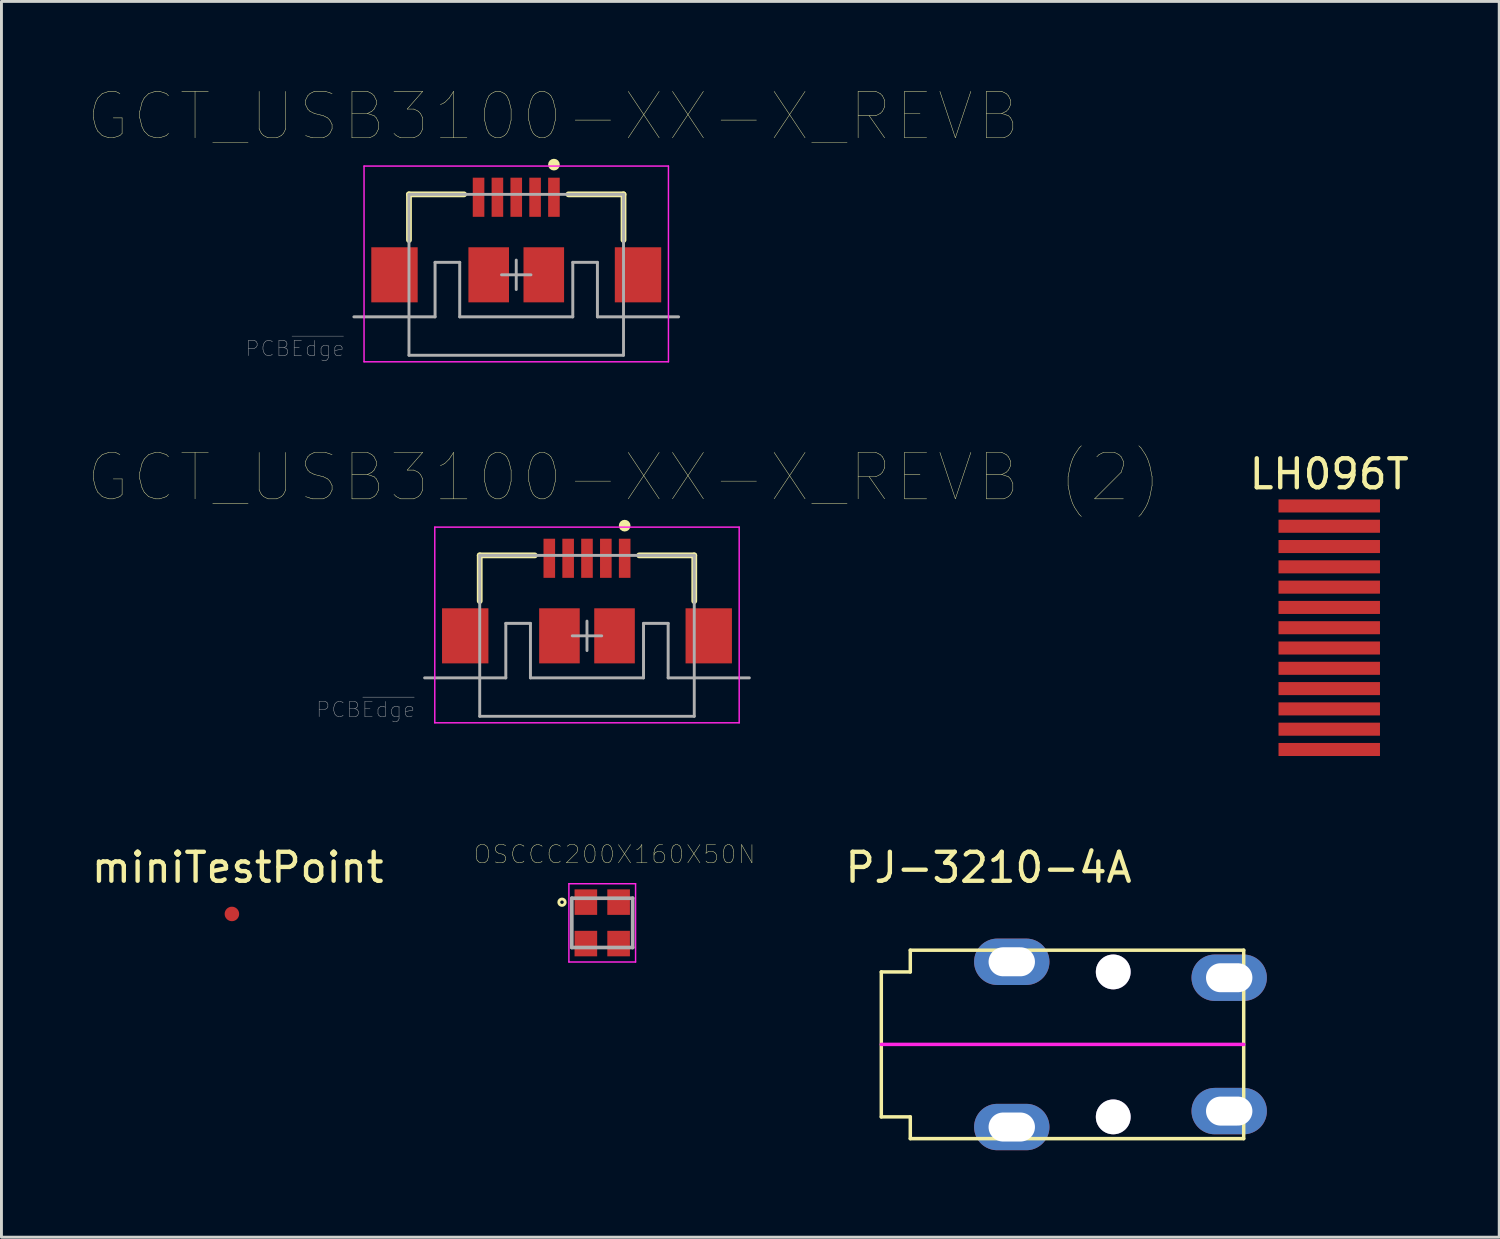
<source format=kicad_pcb>
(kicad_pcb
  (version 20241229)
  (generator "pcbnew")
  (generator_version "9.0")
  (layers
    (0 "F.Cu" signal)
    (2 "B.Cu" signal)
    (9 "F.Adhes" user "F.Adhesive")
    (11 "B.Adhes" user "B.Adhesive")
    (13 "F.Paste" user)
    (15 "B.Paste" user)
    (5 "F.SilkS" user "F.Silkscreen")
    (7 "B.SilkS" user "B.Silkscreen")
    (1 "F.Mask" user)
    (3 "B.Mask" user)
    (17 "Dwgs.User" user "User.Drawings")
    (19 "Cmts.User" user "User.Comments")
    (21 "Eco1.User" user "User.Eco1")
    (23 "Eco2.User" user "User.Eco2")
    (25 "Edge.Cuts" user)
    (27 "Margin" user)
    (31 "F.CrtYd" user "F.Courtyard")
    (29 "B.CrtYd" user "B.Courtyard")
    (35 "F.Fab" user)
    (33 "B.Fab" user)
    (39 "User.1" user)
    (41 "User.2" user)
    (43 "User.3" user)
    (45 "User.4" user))
  (footprint "GCT_USB3100-XX-X_REVB"
    (layer "F.Cu")
    (at 14.757 6.429)
    (property "Reference" "GCT_USB3100-XX-X_REVB" (at 1.271 -5.466 0) (layer "F.SilkS") (effects (font (size 1.601 1.601) (thickness 0.015))))
    (attr through_hole)
    (fp_line (start -3.7 -2.775) (end -1.8 -2.775) (stroke (width 0.2) (type solid)) (layer "F.SilkS"))
    (fp_line (start -3.7 -1.2) (end -3.7 -2.775) (stroke (width 0.2) (type solid)) (layer "F.SilkS"))
    (fp_line (start 1.8 -2.775) (end 3.7 -2.775) (stroke (width 0.2) (type solid)) (layer "F.SilkS"))
    (fp_line (start 3.7 -1.2) (end 3.7 -2.775) (stroke (width 0.2) (type solid)) (layer "F.SilkS"))
    (fp_circle (center 1.3 -3.8) (end 1.402 -3.8) (stroke (width 0.2) (type solid)) (fill no) (layer "F.SilkS"))
    (fp_line (start -5.25 -3.75) (end 5.25 -3.75) (stroke (width 0.05) (type solid)) (layer "F.CrtYd"))
    (fp_line (start -5.25 3) (end -5.25 -3.75) (stroke (width 0.05) (type solid)) (layer "F.CrtYd"))
    (fp_line (start -5.25 3) (end 5.25 3) (stroke (width 0.05) (type solid)) (layer "F.CrtYd"))
    (fp_line (start 5.25 3) (end 5.25 -3.75) (stroke (width 0.05) (type solid)) (layer "F.CrtYd"))
    (fp_line (start -5.6 1.45) (end -2.8 1.45) (stroke (width 0.102) (type solid)) (layer "F.Fab"))
    (fp_line (start -3.7 -2.775) (end 3.7 -2.775) (stroke (width 0.1) (type solid)) (layer "F.Fab"))
    (fp_line (start -3.7 2.775) (end -3.7 -2.775) (stroke (width 0.1) (type solid)) (layer "F.Fab"))
    (fp_line (start -3.7 2.775) (end 3.7 2.775) (stroke (width 0.1) (type solid)) (layer "F.Fab"))
    (fp_line (start -2.8 -0.43) (end -1.95 -0.43) (stroke (width 0.102) (type solid)) (layer "F.Fab"))
    (fp_line (start -2.8 1.45) (end -2.8 -0.43) (stroke (width 0.102) (type solid)) (layer "F.Fab"))
    (fp_line (start -1.95 1.45) (end -1.95 -0.43) (stroke (width 0.102) (type solid)) (layer "F.Fab"))
    (fp_line (start -1.95 1.45) (end 1.95 1.45) (stroke (width 0.102) (type solid)) (layer "F.Fab"))
    (fp_line (start -0.508 0) (end 0.508 0) (stroke (width 0.1) (type solid)) (layer "F.Fab"))
    (fp_line (start 0 0.508) (end 0 -0.508) (stroke (width 0.1) (type solid)) (layer "F.Fab"))
    (fp_line (start 1.95 -0.43) (end 2.8 -0.43) (stroke (width 0.102) (type solid)) (layer "F.Fab"))
    (fp_line (start 1.95 1.45) (end 1.95 -0.43) (stroke (width 0.102) (type solid)) (layer "F.Fab"))
    (fp_line (start 2.8 1.45) (end 2.8 -0.43) (stroke (width 0.102) (type solid)) (layer "F.Fab"))
    (fp_line (start 2.8 1.45) (end 5.6 1.45) (stroke (width 0.102) (type solid)) (layer "F.Fab"))
    (fp_line (start 3.7 2.775) (end 3.7 -2.775) (stroke (width 0.1) (type solid)) (layer "F.Fab"))
    (fp_text user "PCB~{Edge}" (at -7.635 2.545 0) (layer "F.Fab") (effects (font (size 0.526 0.526) (thickness 0.015))))
    (pad "1" smd rect (at 1.3 -2.675) (size 0.4 1.35) (layers "F.Cu" "F.Mask" "F.Paste"))
    (pad "2" smd rect (at 0.65 -2.675) (size 0.4 1.35) (layers "F.Cu" "F.Mask" "F.Paste"))
    (pad "3" smd rect (at 0 -2.675) (size 0.4 1.35) (layers "F.Cu" "F.Mask" "F.Paste"))
    (pad "4" smd rect (at -0.65 -2.675) (size 0.4 1.35) (layers "F.Cu" "F.Mask" "F.Paste"))
    (pad "5" smd rect (at -1.3 -2.675) (size 0.4 1.35) (layers "F.Cu" "F.Mask" "F.Paste"))
    (pad "6" smd rect (at -0.95 0) (size 1.4 1.9) (layers "F.Cu" "F.Mask" "F.Paste"))
    (pad "7" smd rect (at 0.95 0) (size 1.4 1.9) (layers "F.Cu" "F.Mask" "F.Paste"))
    (pad "8" smd rect (at -4.2 0) (size 1.6 1.9) (layers "F.Cu" "F.Mask" "F.Paste"))
    (pad "9" smd rect (at 4.2 0) (size 1.6 1.9) (layers "F.Cu" "F.Mask" "F.Paste")))
  (footprint "GCT_USB3100-XX-X_REVB (2)"
    (layer "F.Cu")
    (at 17.197 18.882)
    (property "Reference" "GCT_USB3100-XX-X_REVB (2)" (at 1.271 -5.466 0) (layer "F.SilkS") (effects (font (size 1.601 1.601) (thickness 0.015))))
    (attr through_hole)
    (fp_line (start -3.7 -2.775) (end -1.8 -2.775) (stroke (width 0.2) (type solid)) (layer "F.SilkS"))
    (fp_line (start -3.7 -1.2) (end -3.7 -2.775) (stroke (width 0.2) (type solid)) (layer "F.SilkS"))
    (fp_line (start 1.8 -2.775) (end 3.7 -2.775) (stroke (width 0.2) (type solid)) (layer "F.SilkS"))
    (fp_line (start 3.7 -1.2) (end 3.7 -2.775) (stroke (width 0.2) (type solid)) (layer "F.SilkS"))
    (fp_circle (center 1.3 -3.8) (end 1.402 -3.8) (stroke (width 0.2) (type solid)) (fill no) (layer "F.SilkS"))
    (fp_line (start -5.25 -3.75) (end 5.25 -3.75) (stroke (width 0.05) (type solid)) (layer "F.CrtYd"))
    (fp_line (start -5.25 3) (end -5.25 -3.75) (stroke (width 0.05) (type solid)) (layer "F.CrtYd"))
    (fp_line (start -5.25 3) (end 5.25 3) (stroke (width 0.05) (type solid)) (layer "F.CrtYd"))
    (fp_line (start 5.25 3) (end 5.25 -3.75) (stroke (width 0.05) (type solid)) (layer "F.CrtYd"))
    (fp_line (start -5.6 1.45) (end -2.8 1.45) (stroke (width 0.102) (type solid)) (layer "F.Fab"))
    (fp_line (start -3.7 -2.775) (end 3.7 -2.775) (stroke (width 0.1) (type solid)) (layer "F.Fab"))
    (fp_line (start -3.7 2.775) (end -3.7 -2.775) (stroke (width 0.1) (type solid)) (layer "F.Fab"))
    (fp_line (start -3.7 2.775) (end 3.7 2.775) (stroke (width 0.1) (type solid)) (layer "F.Fab"))
    (fp_line (start -2.8 -0.43) (end -1.95 -0.43) (stroke (width 0.102) (type solid)) (layer "F.Fab"))
    (fp_line (start -2.8 1.45) (end -2.8 -0.43) (stroke (width 0.102) (type solid)) (layer "F.Fab"))
    (fp_line (start -1.95 1.45) (end -1.95 -0.43) (stroke (width 0.102) (type solid)) (layer "F.Fab"))
    (fp_line (start -1.95 1.45) (end 1.95 1.45) (stroke (width 0.102) (type solid)) (layer "F.Fab"))
    (fp_line (start -0.508 0) (end 0.508 0) (stroke (width 0.1) (type solid)) (layer "F.Fab"))
    (fp_line (start 0 0.508) (end 0 -0.508) (stroke (width 0.1) (type solid)) (layer "F.Fab"))
    (fp_line (start 1.95 -0.43) (end 2.8 -0.43) (stroke (width 0.102) (type solid)) (layer "F.Fab"))
    (fp_line (start 1.95 1.45) (end 1.95 -0.43) (stroke (width 0.102) (type solid)) (layer "F.Fab"))
    (fp_line (start 2.8 1.45) (end 2.8 -0.43) (stroke (width 0.102) (type solid)) (layer "F.Fab"))
    (fp_line (start 2.8 1.45) (end 5.6 1.45) (stroke (width 0.102) (type solid)) (layer "F.Fab"))
    (fp_line (start 3.7 2.775) (end 3.7 -2.775) (stroke (width 0.1) (type solid)) (layer "F.Fab"))
    (fp_text user "PCB~{Edge}" (at -7.635 2.545 0) (layer "F.Fab") (effects (font (size 0.526 0.526) (thickness 0.015))))
    (pad "1" smd rect (at 1.3 -2.675) (size 0.4 1.35) (layers "F.Cu" "F.Mask" "F.Paste"))
    (pad "2" smd rect (at 0.65 -2.675) (size 0.4 1.35) (layers "F.Cu" "F.Mask" "F.Paste"))
    (pad "3" smd rect (at 0 -2.675) (size 0.4 1.35) (layers "F.Cu" "F.Mask" "F.Paste"))
    (pad "4" smd rect (at -0.65 -2.675) (size 0.4 1.35) (layers "F.Cu" "F.Mask" "F.Paste"))
    (pad "5" smd rect (at -1.3 -2.675) (size 0.4 1.35) (layers "F.Cu" "F.Mask" "F.Paste"))
    (pad "6" smd rect (at -0.95 0) (size 1.4 1.9) (layers "F.Cu" "F.Mask" "F.Paste"))
    (pad "7" smd rect (at 0.95 0) (size 1.4 1.9) (layers "F.Cu" "F.Mask" "F.Paste"))
    (pad "8" smd rect (at -4.2 0) (size 1.6 1.9) (layers "F.Cu" "F.Mask" "F.Paste"))
    (pad "9" smd rect (at 4.2 0) (size 1.6 1.9) (layers "F.Cu" "F.Mask" "F.Paste")))
  (footprint "OSCCC200X160X50N"
    (layer "F.Cu")
    (at 17.723 28.782)
    (property "Reference" "OSCCC200X160X50N" (at 0.424 -2.361 0) (layer "F.SilkS") (effects (font (size 0.628 0.628) (thickness 0.015))))
    (attr through_hole)
    (fp_circle (center -1.388 -0.712) (end -1.278 -0.712) (stroke (width 0.1) (type solid)) (fill no) (layer "F.SilkS"))
    (fp_line (start -1.15 -1.35) (end -1.15 1.35) (stroke (width 0.05) (type solid)) (layer "F.CrtYd"))
    (fp_line (start -1.15 1.35) (end 1.15 1.35) (stroke (width 0.05) (type solid)) (layer "F.CrtYd"))
    (fp_line (start 1.15 -1.35) (end -1.15 -1.35) (stroke (width 0.05) (type solid)) (layer "F.CrtYd"))
    (fp_line (start 1.15 1.35) (end 1.15 -1.35) (stroke (width 0.05) (type solid)) (layer "F.CrtYd"))
    (fp_line (start -1.05 -0.85) (end -1.05 0.85) (stroke (width 0.127) (type solid)) (layer "F.Fab"))
    (fp_line (start -1.05 0.85) (end 1.05 0.85) (stroke (width 0.127) (type solid)) (layer "F.Fab"))
    (fp_line (start 1.05 -0.85) (end -1.05 -0.85) (stroke (width 0.127) (type solid)) (layer "F.Fab"))
    (fp_line (start 1.05 0.85) (end 1.05 -0.85) (stroke (width 0.127) (type solid)) (layer "F.Fab"))
    (pad "1" smd rect (at -0.565 -0.715) (size 0.78 0.88) (layers "F.Cu" "F.Mask" "F.Paste"))
    (pad "2" smd rect (at -0.565 0.715) (size 0.78 0.88) (layers "F.Cu" "F.Mask" "F.Paste"))
    (pad "3" smd rect (at 0.565 0.715) (size 0.78 0.88) (layers "F.Cu" "F.Mask" "F.Paste"))
    (pad "4" smd rect (at 0.565 -0.715) (size 0.78 0.88) (layers "F.Cu" "F.Mask" "F.Paste")))
  (footprint "LH096T"
    (layer "F.Cu")
    (at 42.8 18.602)
    (property "Reference" "LH096T" (at 0 -5.3 0) (layer "F.SilkS") (effects (font (size 1 1) (thickness 0.15))))
    (attr through_hole)
    (pad "1" smd rect (at 0 -4.2) (size 3.5 0.45) (layers "F.Cu" "F.Mask" "F.Paste"))
    (pad "2" smd rect (at 0 -3.5) (size 3.5 0.45) (layers "F.Cu" "F.Mask" "F.Paste"))
    (pad "3" smd rect (at 0 -2.8) (size 3.5 0.45) (layers "F.Cu" "F.Mask" "F.Paste"))
    (pad "4" smd rect (at 0 -2.1) (size 3.5 0.45) (layers "F.Cu" "F.Mask" "F.Paste"))
    (pad "5" smd rect (at 0 -1.4) (size 3.5 0.45) (layers "F.Cu" "F.Mask" "F.Paste"))
    (pad "6" smd rect (at 0 -0.7) (size 3.5 0.45) (layers "F.Cu" "F.Mask" "F.Paste"))
    (pad "7" smd rect (at 0 0) (size 3.5 0.45) (layers "F.Cu" "F.Mask" "F.Paste"))
    (pad "8" smd rect (at 0 0.7) (size 3.5 0.45) (layers "F.Cu" "F.Mask" "F.Paste"))
    (pad "9" smd rect (at 0 1.4) (size 3.5 0.45) (layers "F.Cu" "F.Mask" "F.Paste"))
    (pad "10" smd rect (at 0 2.1) (size 3.5 0.45) (layers "F.Cu" "F.Mask" "F.Paste"))
    (pad "11" smd rect (at 0 2.8) (size 3.5 0.45) (layers "F.Cu" "F.Mask" "F.Paste"))
    (pad "12" smd rect (at 0 3.5) (size 3.5 0.45) (layers "F.Cu" "F.Mask" "F.Paste"))
    (pad "13" smd rect (at 0 4.2) (size 3.5 0.45) (layers "F.Cu" "F.Mask" "F.Paste")))
  (footprint "PJ-3210-4A"
    (layer "F.Cu")
    (at 28.349 32.975)
    (property "Reference" "PJ-3210-4A" (at 2.7 -6.1 0) (layer "F.SilkS") (effects (font (size 1 1) (thickness 0.15))))
    (attr through_hole)
    (fp_line (start -1 -2.5) (end -1 2.5) (stroke (width 0.12) (type solid)) (layer "F.SilkS"))
    (fp_line (start 0 -3.25) (end 11.5 -3.25) (stroke (width 0.12) (type solid)) (layer "F.SilkS"))
    (fp_line (start 0 -2.5) (end -1 -2.5) (stroke (width 0.12) (type solid)) (layer "F.SilkS"))
    (fp_line (start 0 -2.5) (end 0 -3.25) (stroke (width 0.12) (type solid)) (layer "F.SilkS"))
    (fp_line (start 0 2.5) (end -1 2.5) (stroke (width 0.12) (type solid)) (layer "F.SilkS"))
    (fp_line (start 0 3.25) (end 0 2.5) (stroke (width 0.12) (type solid)) (layer "F.SilkS"))
    (fp_line (start 11.5 -3.25) (end 11.5 3.25) (stroke (width 0.12) (type solid)) (layer "F.SilkS"))
    (fp_line (start 11.5 3.25) (end 0 3.25) (stroke (width 0.12) (type solid)) (layer "F.SilkS"))
    (fp_line (start -1 0) (end 11.5 0) (stroke (width 0.12) (type solid)) (layer "F.CrtYd"))
    (pad "" thru_hole circle (at 7 -2.5) (size 1.2 1.2) (drill 1.2) (layers "*.Cu" "*.Mask"))
    (pad "" thru_hole circle (at 7 2.5) (size 1.2 1.2) (drill 1.2) (layers "*.Cu" "*.Mask"))
    (pad "1" thru_hole oval (at 11 -2.3) (size 2.6 1.6) (drill oval 1.6 1) (layers "*.Cu" "*.Mask"))
    (pad "2" thru_hole oval (at 3.5 -2.85) (size 2.6 1.6) (drill oval 1.6 1) (layers "*.Cu" "*.Mask"))
    (pad "2" thru_hole oval (at 3.5 2.85) (size 2.6 1.6) (drill oval 1.6 1) (layers "*.Cu" "*.Mask"))
    (pad "3" thru_hole oval (at 11 2.3) (size 2.6 1.6) (drill oval 1.6 1) (layers "*.Cu" "*.Mask")))
  (footprint "miniTestPoint"
    (layer "F.Cu")
    (at 4.949 28.475)
    (property "Reference" "miniTestPoint" (at 0.2 -1.6 0) (layer "F.SilkS") (effects (font (size 1 1) (thickness 0.15))))
    (attr through_hole)
    (pad "1" smd circle (at 0 0) (size 0.5 0.5) (layers "F.Cu" "F.Mask" "F.Paste")))
  (gr_rect
    (start -3 -3)
    (end 48.663 39.625)
    (stroke (width 0.1) (type default))
    (fill no)
    (layer "Edge.Cuts")))
</source>
